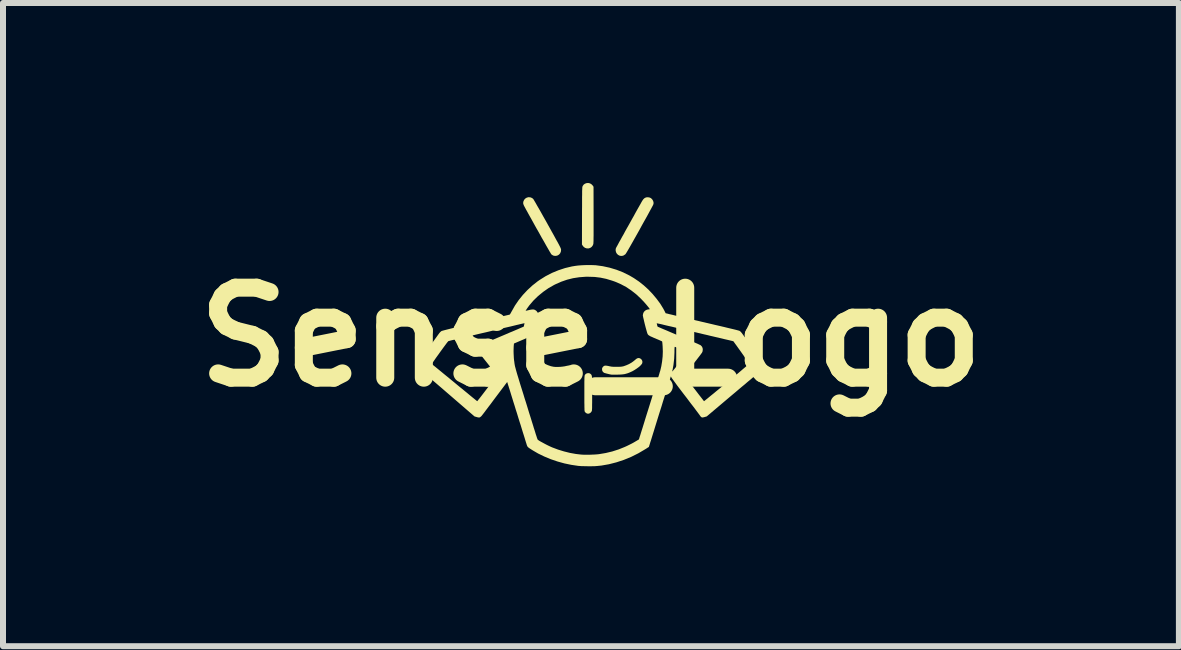
<source format=kicad_pcb>
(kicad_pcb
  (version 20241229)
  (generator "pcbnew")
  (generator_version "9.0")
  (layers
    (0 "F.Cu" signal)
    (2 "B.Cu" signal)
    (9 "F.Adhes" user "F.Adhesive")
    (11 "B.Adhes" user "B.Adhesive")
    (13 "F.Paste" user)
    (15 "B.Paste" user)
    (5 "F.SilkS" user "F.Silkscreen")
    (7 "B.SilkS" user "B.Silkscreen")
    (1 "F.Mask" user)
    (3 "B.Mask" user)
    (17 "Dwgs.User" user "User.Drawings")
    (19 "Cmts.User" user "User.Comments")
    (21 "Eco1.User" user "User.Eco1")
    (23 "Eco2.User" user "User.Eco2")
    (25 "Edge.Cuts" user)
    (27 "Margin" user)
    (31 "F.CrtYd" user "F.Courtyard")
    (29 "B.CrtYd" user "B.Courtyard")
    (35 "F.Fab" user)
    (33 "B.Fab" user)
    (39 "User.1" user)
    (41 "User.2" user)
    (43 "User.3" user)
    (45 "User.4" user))
  (footprint "Sense_Logo"
    (layer "F.Cu")
    (at 6.8 2.567)
    (property "Reference" "Sense_Logo" (at 0 0 0) (layer "F.SilkS") (effects (font (size 1.5 1.5) (thickness 0.3))))
    (attr board_only exclude_from_pos_files exclude_from_bom allow_missing_courtyard)
    (fp_poly (pts (xy -0.018 -2.561) (xy 0.006 -2.548) (xy 0.026 -2.528) (xy 0.029 -2.525) (xy 0.043 -2.504) (xy 0.044 -2.038) (xy 0.044 -1.95) (xy 0.044 -1.871) (xy 0.044 -1.801) (xy 0.044 -1.741) (xy 0.044 -1.69) (xy 0.043 -1.647) (xy 0.043 -1.612) (xy 0.042 -1.585) (xy 0.041 -1.566) (xy 0.04 -1.554) (xy 0.04 -1.55) (xy 0.028 -1.522) (xy 0.01 -1.5) (xy -0.014 -1.484) (xy -0.041 -1.476) (xy -0.07 -1.477) (xy -0.099 -1.486) (xy -0.122 -1.503) (xy -0.136 -1.52) (xy -0.15 -1.542) (xy -0.149 -2.02) (xy -0.149 -2.1) (xy -0.148 -2.17) (xy -0.148 -2.232) (xy -0.148 -2.286) (xy -0.148 -2.331) (xy -0.147 -2.37) (xy -0.147 -2.403) (xy -0.147 -2.43) (xy -0.146 -2.452) (xy -0.145 -2.47) (xy -0.145 -2.483) (xy -0.144 -2.494) (xy -0.143 -2.501) (xy -0.141 -2.507) (xy -0.14 -2.512) (xy -0.138 -2.515) (xy -0.137 -2.518) (xy -0.12 -2.541) (xy -0.098 -2.556) (xy -0.072 -2.565) (xy -0.045 -2.567)) (stroke (width 0) (type solid)) (fill yes) (layer "F.SilkS"))
    (fp_poly (pts (xy -0.893 0.356) (xy -0.888 0.358) (xy -0.877 0.365) (xy -0.862 0.377) (xy -0.849 0.389) (xy -0.812 0.419) (xy -0.768 0.447) (xy -0.719 0.469) (xy -0.667 0.487) (xy -0.624 0.496) (xy -0.593 0.499) (xy -0.556 0.499) (xy -0.515 0.498) (xy -0.475 0.494) (xy -0.439 0.489) (xy -0.421 0.485) (xy -0.394 0.479) (xy -0.374 0.476) (xy -0.36 0.476) (xy -0.348 0.479) (xy -0.339 0.484) (xy -0.32 0.501) (xy -0.31 0.521) (xy -0.308 0.54) (xy -0.31 0.56) (xy -0.316 0.575) (xy -0.328 0.588) (xy -0.347 0.599) (xy -0.374 0.608) (xy -0.404 0.616) (xy -0.436 0.622) (xy -0.475 0.626) (xy -0.518 0.628) (xy -0.562 0.629) (xy -0.604 0.628) (xy -0.642 0.625) (xy -0.673 0.62) (xy -0.673 0.62) (xy -0.738 0.602) (xy -0.8 0.577) (xy -0.858 0.546) (xy -0.909 0.51) (xy -0.954 0.47) (xy -0.964 0.458) (xy -0.976 0.438) (xy -0.98 0.417) (xy -0.977 0.396) (xy -0.968 0.378) (xy -0.954 0.363) (xy -0.936 0.353) (xy -0.915 0.35)) (stroke (width 0) (type solid)) (fill yes) (layer "F.SilkS"))
    (fp_poly (pts (xy -0.021 0.606) (xy -0.006 0.616) (xy -0.001 0.621) (xy 0.004 0.626) (xy 0.008 0.631) (xy 0.011 0.638) (xy 0.014 0.647) (xy 0.016 0.659) (xy 0.017 0.674) (xy 0.018 0.695) (xy 0.019 0.72) (xy 0.02 0.752) (xy 0.02 0.791) (xy 0.02 0.837) (xy 0.02 0.892) (xy 0.02 0.939) (xy 0.02 1) (xy 0.02 1.051) (xy 0.02 1.095) (xy 0.019 1.13) (xy 0.019 1.159) (xy 0.019 1.182) (xy 0.018 1.2) (xy 0.017 1.214) (xy 0.016 1.224) (xy 0.015 1.231) (xy 0.013 1.236) (xy 0.011 1.24) (xy -0.004 1.26) (xy -0.023 1.273) (xy -0.045 1.279) (xy -0.062 1.277) (xy -0.083 1.267) (xy -0.099 1.25) (xy -0.103 1.245) (xy -0.104 1.24) (xy -0.106 1.233) (xy -0.107 1.223) (xy -0.108 1.209) (xy -0.108 1.189) (xy -0.109 1.164) (xy -0.109 1.133) (xy -0.11 1.094) (xy -0.11 1.048) (xy -0.11 0.993) (xy -0.11 0.939) (xy -0.11 0.878) (xy -0.11 0.826) (xy -0.11 0.782) (xy -0.11 0.746) (xy -0.109 0.716) (xy -0.109 0.693) (xy -0.108 0.675) (xy -0.107 0.661) (xy -0.106 0.651) (xy -0.105 0.644) (xy -0.104 0.638) (xy -0.102 0.634) (xy -0.1 0.631) (xy -0.085 0.614) (xy -0.065 0.605) (xy -0.043 0.602)) (stroke (width 0) (type solid)) (fill yes) (layer "F.SilkS"))
    (fp_poly (pts (xy 0.82 0.357) (xy 0.837 0.369) (xy 0.85 0.386) (xy 0.857 0.405) (xy 0.857 0.426) (xy 0.852 0.444) (xy 0.838 0.462) (xy 0.818 0.484) (xy 0.791 0.506) (xy 0.759 0.529) (xy 0.725 0.551) (xy 0.69 0.571) (xy 0.655 0.587) (xy 0.649 0.59) (xy 0.616 0.603) (xy 0.586 0.612) (xy 0.558 0.619) (xy 0.528 0.623) (xy 0.494 0.626) (xy 0.454 0.627) (xy 0.443 0.628) (xy 0.413 0.628) (xy 0.386 0.628) (xy 0.363 0.628) (xy 0.347 0.628) (xy 0.34 0.627) (xy 0.317 0.623) (xy 0.292 0.617) (xy 0.267 0.611) (xy 0.245 0.605) (xy 0.228 0.6) (xy 0.219 0.597) (xy 0.2 0.582) (xy 0.188 0.562) (xy 0.185 0.54) (xy 0.186 0.522) (xy 0.192 0.509) (xy 0.2 0.498) (xy 0.213 0.486) (xy 0.226 0.479) (xy 0.243 0.477) (xy 0.265 0.479) (xy 0.293 0.484) (xy 0.299 0.486) (xy 0.321 0.49) (xy 0.341 0.494) (xy 0.362 0.496) (xy 0.387 0.497) (xy 0.419 0.497) (xy 0.428 0.497) (xy 0.46 0.497) (xy 0.485 0.496) (xy 0.505 0.495) (xy 0.522 0.492) (xy 0.539 0.489) (xy 0.548 0.486) (xy 0.59 0.471) (xy 0.633 0.452) (xy 0.674 0.429) (xy 0.708 0.405) (xy 0.712 0.401) (xy 0.73 0.387) (xy 0.746 0.373) (xy 0.759 0.363) (xy 0.762 0.361) (xy 0.781 0.352) (xy 0.801 0.351)) (stroke (width 0) (type solid)) (fill yes) (layer "F.SilkS"))
    (fp_poly (pts (xy 0.969 -2.327) (xy 0.996 -2.317) (xy 1.018 -2.298) (xy 1.034 -2.273) (xy 1.041 -2.253) (xy 1.044 -2.234) (xy 1.042 -2.219) (xy 1.039 -2.208) (xy 1.036 -2.201) (xy 1.028 -2.185) (xy 1.016 -2.163) (xy 1 -2.133) (xy 0.98 -2.097) (xy 0.958 -2.056) (xy 0.933 -2.01) (xy 0.905 -1.96) (xy 0.875 -1.907) (xy 0.844 -1.851) (xy 0.812 -1.792) (xy 0.811 -1.79) (xy 0.769 -1.715) (xy 0.731 -1.648) (xy 0.698 -1.589) (xy 0.669 -1.538) (xy 0.644 -1.494) (xy 0.623 -1.458) (xy 0.606 -1.429) (xy 0.592 -1.406) (xy 0.582 -1.39) (xy 0.575 -1.38) (xy 0.571 -1.377) (xy 0.545 -1.359) (xy 0.517 -1.351) (xy 0.486 -1.353) (xy 0.479 -1.355) (xy 0.453 -1.368) (xy 0.433 -1.387) (xy 0.419 -1.411) (xy 0.412 -1.438) (xy 0.412 -1.465) (xy 0.417 -1.482) (xy 0.42 -1.488) (xy 0.428 -1.503) (xy 0.44 -1.524) (xy 0.455 -1.552) (xy 0.473 -1.586) (xy 0.495 -1.624) (xy 0.518 -1.667) (xy 0.544 -1.712) (xy 0.57 -1.761) (xy 0.598 -1.811) (xy 0.627 -1.862) (xy 0.656 -1.914) (xy 0.684 -1.965) (xy 0.712 -2.014) (xy 0.738 -2.062) (xy 0.763 -2.107) (xy 0.786 -2.148) (xy 0.807 -2.185) (xy 0.825 -2.216) (xy 0.839 -2.242) (xy 0.85 -2.261) (xy 0.855 -2.27) (xy 0.874 -2.297) (xy 0.894 -2.315) (xy 0.917 -2.326) (xy 0.937 -2.329)) (stroke (width 0) (type solid)) (fill yes) (layer "F.SilkS"))
    (fp_poly (pts (xy -1.003 -2.326) (xy -0.978 -2.314) (xy -0.962 -2.3) (xy -0.957 -2.293) (xy -0.948 -2.278) (xy -0.935 -2.256) (xy -0.918 -2.227) (xy -0.898 -2.191) (xy -0.874 -2.15) (xy -0.848 -2.105) (xy -0.82 -2.055) (xy -0.79 -2.001) (xy -0.758 -1.945) (xy -0.725 -1.886) (xy -0.722 -1.88) (xy -0.684 -1.812) (xy -0.651 -1.752) (xy -0.621 -1.699) (xy -0.596 -1.653) (xy -0.575 -1.614) (xy -0.556 -1.581) (xy -0.541 -1.553) (xy -0.529 -1.53) (xy -0.519 -1.511) (xy -0.512 -1.496) (xy -0.506 -1.484) (xy -0.503 -1.475) (xy -0.5 -1.467) (xy -0.499 -1.461) (xy -0.498 -1.456) (xy -0.498 -1.451) (xy -0.498 -1.45) (xy -0.502 -1.42) (xy -0.514 -1.394) (xy -0.533 -1.373) (xy -0.556 -1.359) (xy -0.583 -1.352) (xy -0.612 -1.353) (xy -0.627 -1.357) (xy -0.644 -1.366) (xy -0.659 -1.377) (xy -0.661 -1.379) (xy -0.665 -1.385) (xy -0.673 -1.399) (xy -0.686 -1.42) (xy -0.702 -1.448) (xy -0.721 -1.481) (xy -0.743 -1.519) (xy -0.767 -1.562) (xy -0.793 -1.608) (xy -0.821 -1.656) (xy -0.849 -1.707) (xy -0.878 -1.759) (xy -0.908 -1.811) (xy -0.937 -1.863) (xy -0.965 -1.914) (xy -0.992 -1.963) (xy -1.018 -2.009) (xy -1.042 -2.052) (xy -1.063 -2.091) (xy -1.082 -2.124) (xy -1.097 -2.153) (xy -1.109 -2.175) (xy -1.117 -2.189) (xy -1.118 -2.193) (xy -1.127 -2.215) (xy -1.13 -2.233) (xy -1.127 -2.254) (xy -1.125 -2.262) (xy -1.113 -2.287) (xy -1.094 -2.308) (xy -1.069 -2.323) (xy -1.041 -2.33) (xy -1.033 -2.33)) (stroke (width 0) (type solid)) (fill yes) (layer "F.SilkS"))
    (fp_poly (pts (xy 0.006 -1.199) (xy 0.056 -1.197) (xy 0.08 -1.196) (xy 0.197 -1.18) (xy 0.312 -1.155) (xy 0.425 -1.121) (xy 0.535 -1.078) (xy 0.64 -1.026) (xy 0.715 -0.982) (xy 0.799 -0.925) (xy 0.88 -0.861) (xy 0.957 -0.791) (xy 1.029 -0.715) (xy 1.095 -0.636) (xy 1.155 -0.555) (xy 1.206 -0.472) (xy 1.227 -0.432) (xy 1.245 -0.396) (xy 1.276 -0.389) (xy 1.287 -0.386) (xy 1.306 -0.381) (xy 1.333 -0.375) (xy 1.367 -0.367) (xy 1.407 -0.357) (xy 1.452 -0.347) (xy 1.5 -0.335) (xy 1.552 -0.323) (xy 1.598 -0.313) (xy 1.651 -0.3) (xy 1.703 -0.288) (xy 1.752 -0.276) (xy 1.797 -0.266) (xy 1.837 -0.256) (xy 1.872 -0.248) (xy 1.899 -0.242) (xy 1.918 -0.237) (xy 1.928 -0.235) (xy 1.941 -0.232) (xy 1.962 -0.227) (xy 1.991 -0.22) (xy 2.026 -0.212) (xy 2.067 -0.202) (xy 2.111 -0.192) (xy 2.159 -0.181) (xy 2.209 -0.169) (xy 2.215 -0.168) (xy 2.263 -0.156) (xy 2.309 -0.145) (xy 2.351 -0.135) (xy 2.389 -0.126) (xy 2.421 -0.118) (xy 2.447 -0.111) (xy 2.465 -0.106) (xy 2.474 -0.103) (xy 2.475 -0.103) (xy 2.487 -0.095) (xy 2.5 -0.083) (xy 2.503 -0.079) (xy 2.509 -0.072) (xy 2.52 -0.058) (xy 2.535 -0.037) (xy 2.554 -0.011) (xy 2.577 0.019) (xy 2.601 0.053) (xy 2.628 0.09) (xy 2.656 0.129) (xy 2.685 0.169) (xy 2.713 0.209) (xy 2.741 0.247) (xy 2.768 0.285) (xy 2.792 0.319) (xy 2.814 0.35) (xy 2.833 0.376) (xy 2.848 0.397) (xy 2.858 0.412) (xy 2.862 0.419) (xy 2.869 0.435) (xy 2.872 0.455) (xy 2.873 0.47) (xy 2.872 0.49) (xy 2.869 0.507) (xy 2.863 0.523) (xy 2.853 0.539) (xy 2.837 0.557) (xy 2.815 0.577) (xy 2.787 0.602) (xy 2.784 0.603) (xy 2.771 0.615) (xy 2.751 0.631) (xy 2.724 0.654) (xy 2.692 0.681) (xy 2.655 0.713) (xy 2.612 0.748) (xy 2.567 0.787) (xy 2.517 0.828) (xy 2.465 0.872) (xy 2.411 0.918) (xy 2.356 0.964) (xy 2.324 0.991) (xy 1.93 1.324) (xy 1.892 1.335) (xy 1.871 1.34) (xy 1.856 1.342) (xy 1.843 1.338) (xy 1.832 1.329) (xy 1.819 1.313) (xy 1.81 1.299) (xy 1.803 1.29) (xy 1.791 1.274) (xy 1.774 1.251) (xy 1.752 1.222) (xy 1.727 1.188) (xy 1.698 1.15) (xy 1.666 1.109) (xy 1.632 1.064) (xy 1.597 1.017) (xy 1.569 0.981) (xy 1.532 0.933) (xy 1.498 0.888) (xy 1.465 0.845) (xy 1.435 0.805) (xy 1.409 0.769) (xy 1.386 0.738) (xy 1.367 0.712) (xy 1.353 0.693) (xy 1.344 0.68) (xy 1.341 0.675) (xy 1.332 0.656) (xy 1.323 0.682) (xy 1.321 0.69) (xy 1.316 0.706) (xy 1.308 0.731) (xy 1.298 0.764) (xy 1.285 0.804) (xy 1.271 0.849) (xy 1.255 0.9) (xy 1.238 0.956) (xy 1.219 1.017) (xy 1.199 1.08) (xy 1.179 1.147) (xy 1.157 1.216) (xy 1.135 1.286) (xy 1.113 1.357) (xy 1.091 1.428) (xy 1.069 1.499) (xy 1.048 1.568) (xy 1.027 1.635) (xy 1.007 1.7) (xy 0.998 1.729) (xy 0.988 1.759) (xy 0.98 1.786) (xy 0.973 1.808) (xy 0.968 1.824) (xy 0.965 1.832) (xy 0.965 1.833) (xy 0.96 1.836) (xy 0.948 1.843) (xy 0.932 1.854) (xy 0.911 1.867) (xy 0.908 1.869) (xy 0.791 1.938) (xy 0.671 1.998) (xy 0.549 2.048) (xy 0.425 2.089) (xy 0.3 2.121) (xy 0.174 2.143) (xy 0.105 2.15) (xy 0.069 2.153) (xy 0.026 2.154) (xy -0.021 2.155) (xy -0.07 2.154) (xy -0.118 2.153) (xy -0.163 2.152) (xy -0.201 2.149) (xy -0.214 2.148) (xy -0.328 2.131) (xy -0.443 2.107) (xy -0.558 2.075) (xy -0.67 2.037) (xy -0.778 1.992) (xy -0.881 1.942) (xy -0.97 1.89) (xy -1 1.871) (xy -1.023 1.856) (xy -1.04 1.844) (xy -1.051 1.834) (xy -1.059 1.824) (xy -1.064 1.814) (xy -1.067 1.806) (xy -1.07 1.798) (xy -1.075 1.781) (xy -1.083 1.756) (xy -1.093 1.724) (xy -1.105 1.684) (xy -1.119 1.639) (xy -1.135 1.589) (xy -1.152 1.533) (xy -1.17 1.474) (xy -1.19 1.412) (xy -1.21 1.348) (xy -1.213 1.338) (xy -1.233 1.272) (xy -1.254 1.207) (xy -1.273 1.144) (xy -1.292 1.085) (xy -1.309 1.029) (xy -1.325 0.978) (xy -1.339 0.932) (xy -1.351 0.893) (xy -1.361 0.861) (xy -1.369 0.837) (xy -1.373 0.821) (xy -1.374 0.821) (xy -1.396 0.75) (xy -1.604 1.026) (xy -1.639 1.073) (xy -1.672 1.118) (xy -1.704 1.159) (xy -1.733 1.198) (xy -1.759 1.232) (xy -1.781 1.262) (xy -1.8 1.286) (xy -1.813 1.303) (xy -1.822 1.314) (xy -1.824 1.317) (xy -1.84 1.331) (xy -1.853 1.34) (xy -1.868 1.342) (xy -1.888 1.339) (xy -1.903 1.335) (xy -1.941 1.324) (xy -2.367 0.956) (xy -2.424 0.907) (xy -2.479 0.859) (xy -2.533 0.813) (xy -2.583 0.77) (xy -2.631 0.729) (xy -2.674 0.691) (xy -2.714 0.657) (xy -2.749 0.627) (xy -2.778 0.601) (xy -2.802 0.581) (xy -2.819 0.566) (xy -2.829 0.557) (xy -2.83 0.556) (xy -2.857 0.529) (xy -2.875 0.503) (xy -2.884 0.479) (xy -2.884 0.454) (xy -2.883 0.451) (xy -2.652 0.451) (xy -2.647 0.454) (xy -2.636 0.464) (xy -2.618 0.479) (xy -2.594 0.498) (xy -2.565 0.522) (xy -2.532 0.549) (xy -2.494 0.58) (xy -2.453 0.614) (xy -2.41 0.649) (xy -2.38 0.673) (xy -2.332 0.713) (xy -2.283 0.753) (xy -2.235 0.793) (xy -2.188 0.832) (xy -2.143 0.868) (xy -2.102 0.902) (xy -2.065 0.932) (xy -2.034 0.958) (xy -2.01 0.978) (xy -2.005 0.982) (xy -1.977 1.005) (xy -1.952 1.025) (xy -1.93 1.043) (xy -1.913 1.057) (xy -1.901 1.066) (xy -1.896 1.07) (xy -1.895 1.07) (xy -1.892 1.066) (xy -1.883 1.055) (xy -1.87 1.038) (xy -1.852 1.016) (xy -1.831 0.989) (xy -1.808 0.959) (xy -1.785 0.929) (xy -1.757 0.892) (xy -1.728 0.854) (xy -1.7 0.817) (xy -1.673 0.782) (xy -1.649 0.751) (xy -1.63 0.725) (xy -1.622 0.714) (xy -1.565 0.641) (xy -1.713 0.454) (xy -1.743 0.416) (xy -1.772 0.38) (xy -1.798 0.347) (xy -1.82 0.317) (xy -1.84 0.292) (xy -1.854 0.272) (xy -1.864 0.258) (xy -1.867 0.253) (xy -1.62 0.253) (xy -1.618 0.257) (xy -1.611 0.268) (xy -1.6 0.282) (xy -1.595 0.289) (xy -1.563 0.329) (xy -1.536 0.363) (xy -1.515 0.389) (xy -1.498 0.41) (xy -1.487 0.424) (xy -1.479 0.434) (xy -1.474 0.438) (xy -1.473 0.439) (xy -1.473 0.434) (xy -1.474 0.421) (xy -1.476 0.405) (xy -1.478 0.389) (xy -1.48 0.365) (xy -1.482 0.337) (xy -1.483 0.306) (xy -1.484 0.284) (xy -1.486 0.235) (xy -1.29 0.235) (xy -1.289 0.275) (xy -1.287 0.316) (xy -1.285 0.353) (xy -1.283 0.374) (xy -1.281 0.393) (xy -1.278 0.411) (xy -1.276 0.428) (xy -1.274 0.444) (xy -1.271 0.461) (xy -1.268 0.478) (xy -1.264 0.496) (xy -1.258 0.517) (xy -1.252 0.541) (xy -1.244 0.569) (xy -1.235 0.601) (xy -1.224 0.638) (xy -1.211 0.68) (xy -1.196 0.73) (xy -1.179 0.786) (xy -1.159 0.85) (xy -1.136 0.923) (xy -1.125 0.958) (xy -1.106 1.021) (xy -1.085 1.086) (xy -1.064 1.154) (xy -1.044 1.22) (xy -1.024 1.285) (xy -1.004 1.347) (xy -0.987 1.403) (xy -0.971 1.454) (xy -0.958 1.496) (xy -0.958 1.498) (xy -0.944 1.541) (xy -0.931 1.582) (xy -0.92 1.619) (xy -0.909 1.651) (xy -0.901 1.677) (xy -0.894 1.696) (xy -0.89 1.707) (xy -0.889 1.709) (xy -0.88 1.717) (xy -0.863 1.729) (xy -0.839 1.743) (xy -0.811 1.758) (xy -0.78 1.775) (xy -0.746 1.793) (xy -0.712 1.81) (xy -0.678 1.826) (xy -0.647 1.84) (xy -0.641 1.842) (xy -0.548 1.877) (xy -0.45 1.907) (xy -0.35 1.932) (xy -0.25 1.95) (xy -0.163 1.96) (xy -0.126 1.962) (xy -0.082 1.963) (xy -0.034 1.963) (xy 0.015 1.961) (xy 0.062 1.959) (xy 0.105 1.956) (xy 0.133 1.953) (xy 0.246 1.934) (xy 0.355 1.908) (xy 0.464 1.873) (xy 0.563 1.833) (xy 0.594 1.819) (xy 0.623 1.805) (xy 0.651 1.791) (xy 0.681 1.776) (xy 0.714 1.758) (xy 0.751 1.736) (xy 0.795 1.71) (xy 0.799 1.708) (xy 0.8 1.703) (xy 0.805 1.69) (xy 0.811 1.668) (xy 0.821 1.639) (xy 0.832 1.603) (xy 0.845 1.561) (xy 0.86 1.514) (xy 0.876 1.462) (xy 0.893 1.407) (xy 0.911 1.348) (xy 0.93 1.287) (xy 0.95 1.224) (xy 0.97 1.16) (xy 0.99 1.096) (xy 1.01 1.032) (xy 1.029 0.969) (xy 1.048 0.908) (xy 1.066 0.85) (xy 1.083 0.795) (xy 1.099 0.744) (xy 1.113 0.698) (xy 1.126 0.657) (xy 1.137 0.622) (xy 1.145 0.593) (xy 1.151 0.574) (xy 1.355 0.574) (xy 1.355 0.575) (xy 1.356 0.575) (xy 1.358 0.574) (xy 1.361 0.57) (xy 1.367 0.563) (xy 1.375 0.553) (xy 1.387 0.538) (xy 1.403 0.519) (xy 1.423 0.493) (xy 1.447 0.462) (xy 1.478 0.424) (xy 1.488 0.411) (xy 1.515 0.377) (xy 1.54 0.345) (xy 1.562 0.317) (xy 1.58 0.292) (xy 1.595 0.273) (xy 1.605 0.26) (xy 1.609 0.253) (xy 1.61 0.253) (xy 1.605 0.251) (xy 1.592 0.245) (xy 1.574 0.237) (xy 1.551 0.227) (xy 1.525 0.216) (xy 1.498 0.205) (xy 1.472 0.194) (xy 1.448 0.184) (xy 1.427 0.175) (xy 1.411 0.168) (xy 1.403 0.165) (xy 1.399 0.164) (xy 1.397 0.165) (xy 1.395 0.169) (xy 1.394 0.178) (xy 1.393 0.192) (xy 1.392 0.214) (xy 1.392 0.244) (xy 1.392 0.254) (xy 1.387 0.363) (xy 1.375 0.467) (xy 1.365 0.524) (xy 1.361 0.545) (xy 1.357 0.561) (xy 1.356 0.572) (xy 1.355 0.574) (xy 1.151 0.574) (xy 1.152 0.573) (xy 1.155 0.561) (xy 1.156 0.559) (xy 1.173 0.486) (xy 1.186 0.407) (xy 1.195 0.324) (xy 1.198 0.242) (xy 1.195 0.161) (xy 1.195 0.16) (xy 1.193 0.132) (xy 1.191 0.108) (xy 1.189 0.089) (xy 1.187 0.077) (xy 1.186 0.074) (xy 1.181 0.071) (xy 1.167 0.065) (xy 1.148 0.056) (xy 1.123 0.045) (xy 1.094 0.033) (xy 1.081 0.027) (xy 1.044 0.012) (xy 1.016 -0.001) (xy 0.994 -0.01) (xy 0.979 -0.019) (xy 0.967 -0.026) (xy 0.959 -0.032) (xy 0.952 -0.039) (xy 0.946 -0.047) (xy 0.946 -0.048) (xy 0.942 -0.056) (xy 0.936 -0.073) (xy 0.929 -0.097) (xy 0.921 -0.126) (xy 0.912 -0.158) (xy 0.903 -0.193) (xy 0.894 -0.228) (xy 0.894 -0.229) (xy 1.097 -0.229) (xy 1.097 -0.223) (xy 1.1 -0.212) (xy 1.103 -0.198) (xy 1.107 -0.185) (xy 1.11 -0.175) (xy 1.111 -0.173) (xy 1.116 -0.17) (xy 1.128 -0.165) (xy 1.149 -0.156) (xy 1.178 -0.143) (xy 1.216 -0.127) (xy 1.262 -0.108) (xy 1.317 -0.084) (xy 1.381 -0.057) (xy 1.453 -0.026) (xy 1.535 0.008) (xy 1.58 0.028) (xy 1.626 0.047) (xy 1.67 0.066) (xy 1.71 0.084) (xy 1.746 0.1) (xy 1.777 0.113) (xy 1.802 0.125) (xy 1.819 0.133) (xy 1.829 0.138) (xy 1.83 0.139) (xy 1.849 0.159) (xy 1.861 0.184) (xy 1.864 0.212) (xy 1.86 0.241) (xy 1.854 0.255) (xy 1.849 0.264) (xy 1.838 0.279) (xy 1.822 0.301) (xy 1.802 0.327) (xy 1.778 0.358) (xy 1.752 0.392) (xy 1.723 0.428) (xy 1.699 0.459) (xy 1.555 0.64) (xy 1.569 0.659) (xy 1.582 0.677) (xy 1.599 0.699) (xy 1.619 0.726) (xy 1.642 0.756) (xy 1.667 0.789) (xy 1.694 0.824) (xy 1.721 0.859) (xy 1.749 0.895) (xy 1.775 0.929) (xy 1.8 0.962) (xy 1.824 0.992) (xy 1.844 1.018) (xy 1.861 1.04) (xy 1.874 1.057) (xy 1.882 1.067) (xy 1.885 1.07) (xy 1.889 1.067) (xy 1.901 1.058) (xy 1.919 1.043) (xy 1.943 1.024) (xy 1.973 0.999) (xy 2.007 0.971) (xy 2.047 0.939) (xy 2.09 0.903) (xy 2.137 0.865) (xy 2.187 0.824) (xy 2.239 0.781) (xy 2.263 0.761) (xy 2.316 0.717) (xy 2.367 0.675) (xy 2.415 0.635) (xy 2.46 0.598) (xy 2.501 0.563) (xy 2.537 0.532) (xy 2.569 0.505) (xy 2.595 0.483) (xy 2.616 0.465) (xy 2.63 0.453) (xy 2.637 0.446) (xy 2.637 0.445) (xy 2.635 0.44) (xy 2.627 0.428) (xy 2.614 0.41) (xy 2.598 0.387) (xy 2.579 0.359) (xy 2.558 0.329) (xy 2.535 0.296) (xy 2.511 0.262) (xy 2.487 0.228) (xy 2.463 0.195) (xy 2.441 0.164) (xy 2.421 0.136) (xy 2.403 0.112) (xy 2.389 0.092) (xy 2.379 0.078) (xy 2.374 0.071) (xy 2.373 0.071) (xy 2.368 0.07) (xy 2.355 0.066) (xy 2.333 0.061) (xy 2.304 0.054) (xy 2.27 0.046) (xy 2.23 0.037) (xy 2.186 0.026) (xy 2.139 0.015) (xy 2.127 0.012) (xy 2.078 0.001) (xy 2.032 -0.01) (xy 1.988 -0.02) (xy 1.948 -0.03) (xy 1.914 -0.038) (xy 1.886 -0.044) (xy 1.866 -0.049) (xy 1.854 -0.052) (xy 1.853 -0.052) (xy 1.841 -0.055) (xy 1.822 -0.06) (xy 1.794 -0.066) (xy 1.761 -0.074) (xy 1.723 -0.083) (xy 1.681 -0.093) (xy 1.637 -0.103) (xy 1.62 -0.107) (xy 1.568 -0.119) (xy 1.512 -0.133) (xy 1.454 -0.146) (xy 1.396 -0.16) (xy 1.342 -0.173) (xy 1.292 -0.184) (xy 1.258 -0.192) (xy 1.22 -0.201) (xy 1.185 -0.21) (xy 1.154 -0.217) (xy 1.129 -0.222) (xy 1.11 -0.226) (xy 1.099 -0.228) (xy 1.097 -0.229) (xy 0.894 -0.229) (xy 0.886 -0.262) (xy 0.879 -0.294) (xy 0.872 -0.321) (xy 0.868 -0.343) (xy 0.865 -0.358) (xy 0.865 -0.363) (xy 0.869 -0.387) (xy 0.879 -0.412) (xy 0.892 -0.429) (xy 0.91 -0.444) (xy 0.933 -0.455) (xy 0.957 -0.46) (xy 0.961 -0.46) (xy 0.974 -0.461) (xy 0.98 -0.463) (xy 0.98 -0.463) (xy 0.977 -0.471) (xy 0.968 -0.484) (xy 0.954 -0.502) (xy 0.936 -0.524) (xy 0.915 -0.549) (xy 0.893 -0.574) (xy 0.869 -0.6) (xy 0.846 -0.624) (xy 0.833 -0.638) (xy 0.754 -0.712) (xy 0.672 -0.776) (xy 0.587 -0.833) (xy 0.497 -0.881) (xy 0.402 -0.922) (xy 0.35 -0.94) (xy 0.254 -0.969) (xy 0.159 -0.989) (xy 0.061 -1.001) (xy -0.04 -1.004) (xy -0.087 -1.004) (xy -0.195 -0.996) (xy -0.298 -0.98) (xy -0.398 -0.955) (xy -0.496 -0.921) (xy -0.593 -0.878) (xy -0.613 -0.868) (xy -0.708 -0.814) (xy -0.798 -0.751) (xy -0.882 -0.682) (xy -0.959 -0.607) (xy -1.028 -0.526) (xy -1.065 -0.475) (xy -1.076 -0.458) (xy -1.084 -0.446) (xy -1.089 -0.438) (xy -1.089 -0.437) (xy -1.084 -0.438) (xy -1.071 -0.44) (xy -1.053 -0.444) (xy -1.036 -0.448) (xy -1.006 -0.455) (xy -0.984 -0.458) (xy -0.966 -0.459) (xy -0.952 -0.458) (xy -0.938 -0.453) (xy -0.932 -0.451) (xy -0.908 -0.434) (xy -0.89 -0.411) (xy -0.878 -0.384) (xy -0.875 -0.361) (xy -0.876 -0.353) (xy -0.88 -0.336) (xy -0.885 -0.313) (xy -0.892 -0.285) (xy -0.9 -0.253) (xy -0.908 -0.219) (xy -0.917 -0.185) (xy -0.925 -0.151) (xy -0.933 -0.121) (xy -0.94 -0.094) (xy -0.946 -0.074) (xy -0.951 -0.06) (xy -0.952 -0.056) (xy -0.961 -0.043) (xy -0.972 -0.03) (xy -0.98 -0.026) (xy -0.996 -0.017) (xy -1.018 -0.006) (xy -1.046 0.007) (xy -1.079 0.021) (xy -1.114 0.037) (xy -1.134 0.045) (xy -1.283 0.109) (xy -1.286 0.136) (xy -1.288 0.162) (xy -1.289 0.196) (xy -1.29 0.235) (xy -1.486 0.235) (xy -1.488 0.196) (xy -1.553 0.223) (xy -1.576 0.234) (xy -1.596 0.242) (xy -1.611 0.249) (xy -1.619 0.252) (xy -1.62 0.253) (xy -1.867 0.253) (xy -1.868 0.251) (xy -1.875 0.225) (xy -1.873 0.196) (xy -1.864 0.168) (xy -1.848 0.145) (xy -1.845 0.142) (xy -1.842 0.139) (xy -1.839 0.137) (xy -1.834 0.134) (xy -1.828 0.131) (xy -1.819 0.126) (xy -1.807 0.121) (xy -1.792 0.114) (xy -1.772 0.105) (xy -1.748 0.095) (xy -1.719 0.082) (xy -1.684 0.067) (xy -1.642 0.049) (xy -1.594 0.029) (xy -1.538 0.005) (xy -1.474 -0.022) (xy -1.401 -0.053) (xy -1.4 -0.053) (xy -1.351 -0.075) (xy -1.304 -0.094) (xy -1.26 -0.113) (xy -1.222 -0.129) (xy -1.188 -0.144) (xy -1.16 -0.156) (xy -1.139 -0.165) (xy -1.126 -0.17) (xy -1.121 -0.173) (xy -1.121 -0.173) (xy -1.119 -0.178) (xy -1.116 -0.189) (xy -1.113 -0.203) (xy -1.11 -0.217) (xy -1.108 -0.227) (xy -1.109 -0.23) (xy -1.114 -0.229) (xy -1.127 -0.226) (xy -1.148 -0.221) (xy -1.176 -0.215) (xy -1.208 -0.207) (xy -1.244 -0.199) (xy -1.259 -0.195) (xy -1.337 -0.176) (xy -1.407 -0.16) (xy -1.471 -0.145) (xy -1.531 -0.13) (xy -1.589 -0.117) (xy -1.645 -0.104) (xy -1.702 -0.09) (xy -1.761 -0.076) (xy -1.823 -0.062) (xy -1.891 -0.046) (xy -1.966 -0.028) (xy -2.023 -0.015) (xy -2.08 -0.002) (xy -2.135 0.011) (xy -2.186 0.023) (xy -2.232 0.034) (xy -2.274 0.044) (xy -2.31 0.052) (xy -2.339 0.059) (xy -2.36 0.065) (xy -2.373 0.068) (xy -2.377 0.069) (xy -2.381 0.074) (xy -2.391 0.085) (xy -2.405 0.103) (xy -2.422 0.126) (xy -2.442 0.153) (xy -2.465 0.184) (xy -2.488 0.216) (xy -2.513 0.25) (xy -2.537 0.284) (xy -2.561 0.317) (xy -2.584 0.349) (xy -2.604 0.378) (xy -2.622 0.404) (xy -2.636 0.424) (xy -2.646 0.44) (xy -2.651 0.449) (xy -2.652 0.451) (xy -2.883 0.451) (xy -2.876 0.429) (xy -2.874 0.425) (xy -2.87 0.418) (xy -2.86 0.403) (xy -2.846 0.382) (xy -2.828 0.356) (xy -2.806 0.325) (xy -2.782 0.291) (xy -2.755 0.253) (xy -2.727 0.214) (xy -2.699 0.174) (xy -2.67 0.133) (xy -2.641 0.093) (xy -2.614 0.055) (xy -2.588 0.019) (xy -2.564 -0.014) (xy -2.544 -0.042) (xy -2.527 -0.065) (xy -2.526 -0.066) (xy -2.513 -0.081) (xy -2.498 -0.094) (xy -2.491 -0.099) (xy -2.483 -0.102) (xy -2.465 -0.107) (xy -2.439 -0.114) (xy -2.404 -0.123) (xy -2.36 -0.134) (xy -2.308 -0.147) (xy -2.248 -0.162) (xy -2.18 -0.178) (xy -2.106 -0.196) (xy -2.024 -0.215) (xy -1.936 -0.236) (xy -1.917 -0.24) (xy -1.845 -0.257) (xy -1.775 -0.274) (xy -1.708 -0.289) (xy -1.645 -0.304) (xy -1.586 -0.318) (xy -1.533 -0.331) (xy -1.486 -0.342) (xy -1.444 -0.352) (xy -1.41 -0.36) (xy -1.384 -0.366) (xy -1.366 -0.37) (xy -1.356 -0.373) (xy -1.355 -0.373) (xy -1.35 -0.378) (xy -1.342 -0.39) (xy -1.332 -0.408) (xy -1.32 -0.43) (xy -1.318 -0.433) (xy -1.266 -0.525) (xy -1.205 -0.614) (xy -1.136 -0.7) (xy -1.06 -0.781) (xy -0.978 -0.857) (xy -0.891 -0.926) (xy -0.855 -0.951) (xy -0.756 -1.013) (xy -0.652 -1.067) (xy -0.543 -1.112) (xy -0.431 -1.149) (xy -0.317 -1.176) (xy -0.262 -1.185) (xy -0.216 -1.191) (xy -0.163 -1.195) (xy -0.107 -1.198) (xy -0.049 -1.199)) (stroke (width 0) (type solid)) (fill yes) (layer "F.SilkS")))
  (gr_rect
    (start -3 -3)
    (end 16.6 7.721)
    (stroke (width 0.1) (type default))
    (fill no)
    (layer "Edge.Cuts")))
</source>
